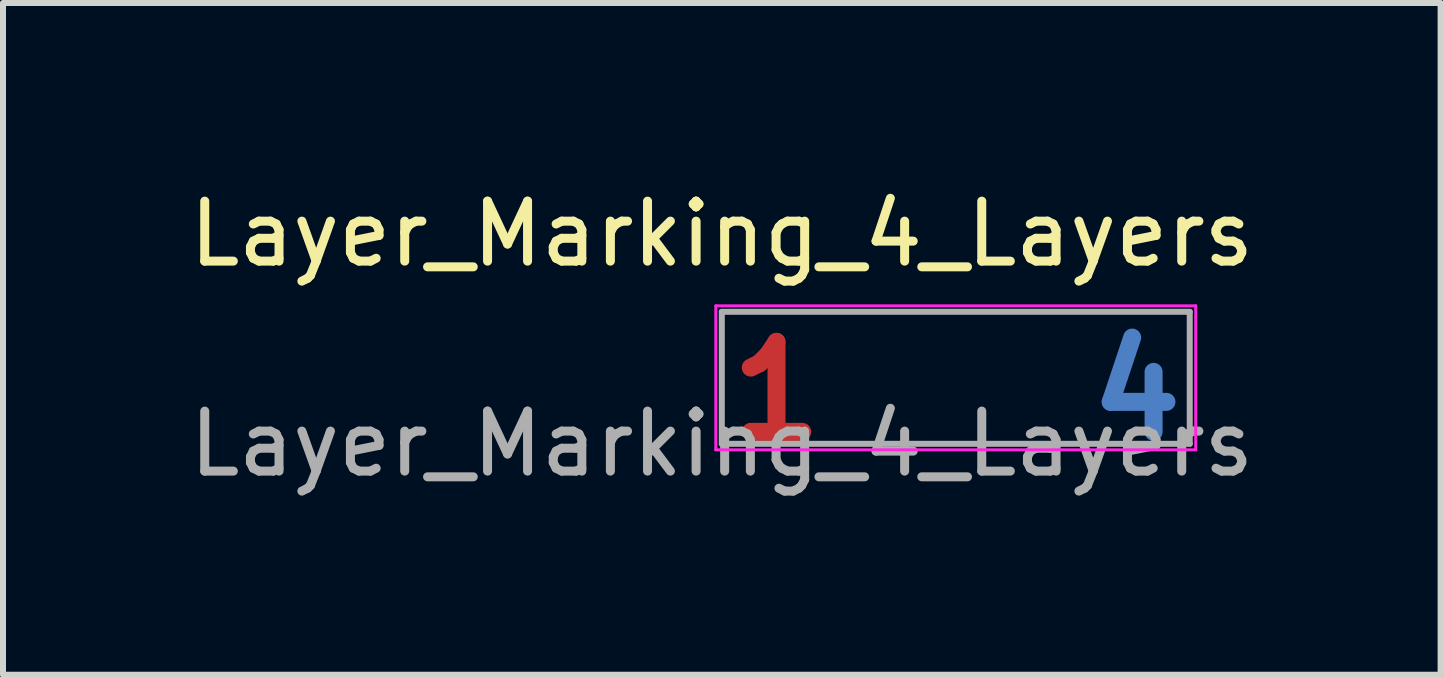
<source format=kicad_pcb>
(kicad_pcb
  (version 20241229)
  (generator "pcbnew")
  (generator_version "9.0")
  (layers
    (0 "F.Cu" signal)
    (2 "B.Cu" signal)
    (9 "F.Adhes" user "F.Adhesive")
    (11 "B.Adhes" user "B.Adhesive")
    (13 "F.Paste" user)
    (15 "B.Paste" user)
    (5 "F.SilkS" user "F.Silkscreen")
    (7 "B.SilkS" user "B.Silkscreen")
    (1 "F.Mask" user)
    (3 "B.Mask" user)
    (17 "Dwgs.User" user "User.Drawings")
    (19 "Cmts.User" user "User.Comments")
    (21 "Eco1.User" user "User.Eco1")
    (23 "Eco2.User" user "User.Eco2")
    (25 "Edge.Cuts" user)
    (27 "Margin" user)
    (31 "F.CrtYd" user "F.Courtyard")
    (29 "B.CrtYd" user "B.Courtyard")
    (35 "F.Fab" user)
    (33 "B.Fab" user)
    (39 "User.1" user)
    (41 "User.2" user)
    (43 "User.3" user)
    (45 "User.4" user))
  (footprint "Layer_Marking_4_Layers"
    (layer "F.Cu")
    (at 8.982 4.348)
    (property "Reference" "Layer_Marking_4_Layers" (at 0 -3.5 0) (unlocked yes) (layer "F.SilkS") (effects (font (size 1 1) (thickness 0.15))))
    (attr exclude_from_pos_files exclude_from_bom)
    (fp_line (start -0.1 -2.3) (end 7.9 -2.3) (stroke (width 0.05) (type default)) (layer "F.CrtYd"))
    (fp_line (start -0.1 0.1) (end -0.1 -2.3) (stroke (width 0.05) (type default)) (layer "F.CrtYd"))
    (fp_line (start 7.9 -2.3) (end 7.9 0.1) (stroke (width 0.05) (type default)) (layer "F.CrtYd"))
    (fp_line (start 7.9 0.1) (end -0.1 0.1) (stroke (width 0.05) (type default)) (layer "F.CrtYd"))
    (fp_line (start 0 -2.2) (end 0 0) (stroke (width 0.1) (type default)) (layer "F.Fab"))
    (fp_line (start 0 0) (end 7.8 0) (stroke (width 0.1) (type default)) (layer "F.Fab"))
    (fp_line (start 7.8 -2.2) (end 0 -2.2) (stroke (width 0.1) (type default)) (layer "F.Fab"))
    (fp_line (start 7.8 0) (end 7.8 -2.2) (stroke (width 0.1) (type default)) (layer "F.Fab"))
    (fp_text user "1" (at 0 0 0) (unlocked yes) (layer "F.Cu") (effects (font (size 1.5 1.5) (thickness 0.3) (bold yes)) (justify left bottom)))
    (fp_text user "4" (at 6 0 0) (unlocked yes) (layer "B.Cu") (effects (font (size 1.5 1.5) (thickness 0.3) (bold yes)) (justify left bottom)))
    (fp_text user "2" (at 2 0 0) (unlocked yes) (layer "In1.Cu") (effects (font (size 1.5 1.5) (thickness 0.3) (bold yes)) (justify left bottom)))
    (fp_text user "3" (at 4 0 0) (unlocked yes) (layer "In2.Cu") (effects (font (size 1.5 1.5) (thickness 0.3) (bold yes)) (justify left bottom)))
    (fp_text user "${REFERENCE}" (at 0 0 0) (unlocked yes) (layer "F.Fab") (effects (font (size 1 1) (thickness 0.15))))
    (zone (net_name "") (layers "F.Cu" "B.Cu") (hatch edge 0.5) (connect_pads) (min_thickness 0.25) (filled_areas_thickness no) (keepout (tracks not_allowed) (vias not_allowed) (pads not_allowed) (copperpour not_allowed) (footprints allowed)) (placement (enabled no)) (fill) (polygon (pts (xy 8.982 2.148) (xy 16.782 2.148) (xy 16.782 4.348) (xy 8.982 4.348)))))
  (gr_rect
    (start -3 -3)
    (end 20.964 8.197)
    (stroke (width 0.1) (type default))
    (fill no)
    (layer "Edge.Cuts")))
</source>
